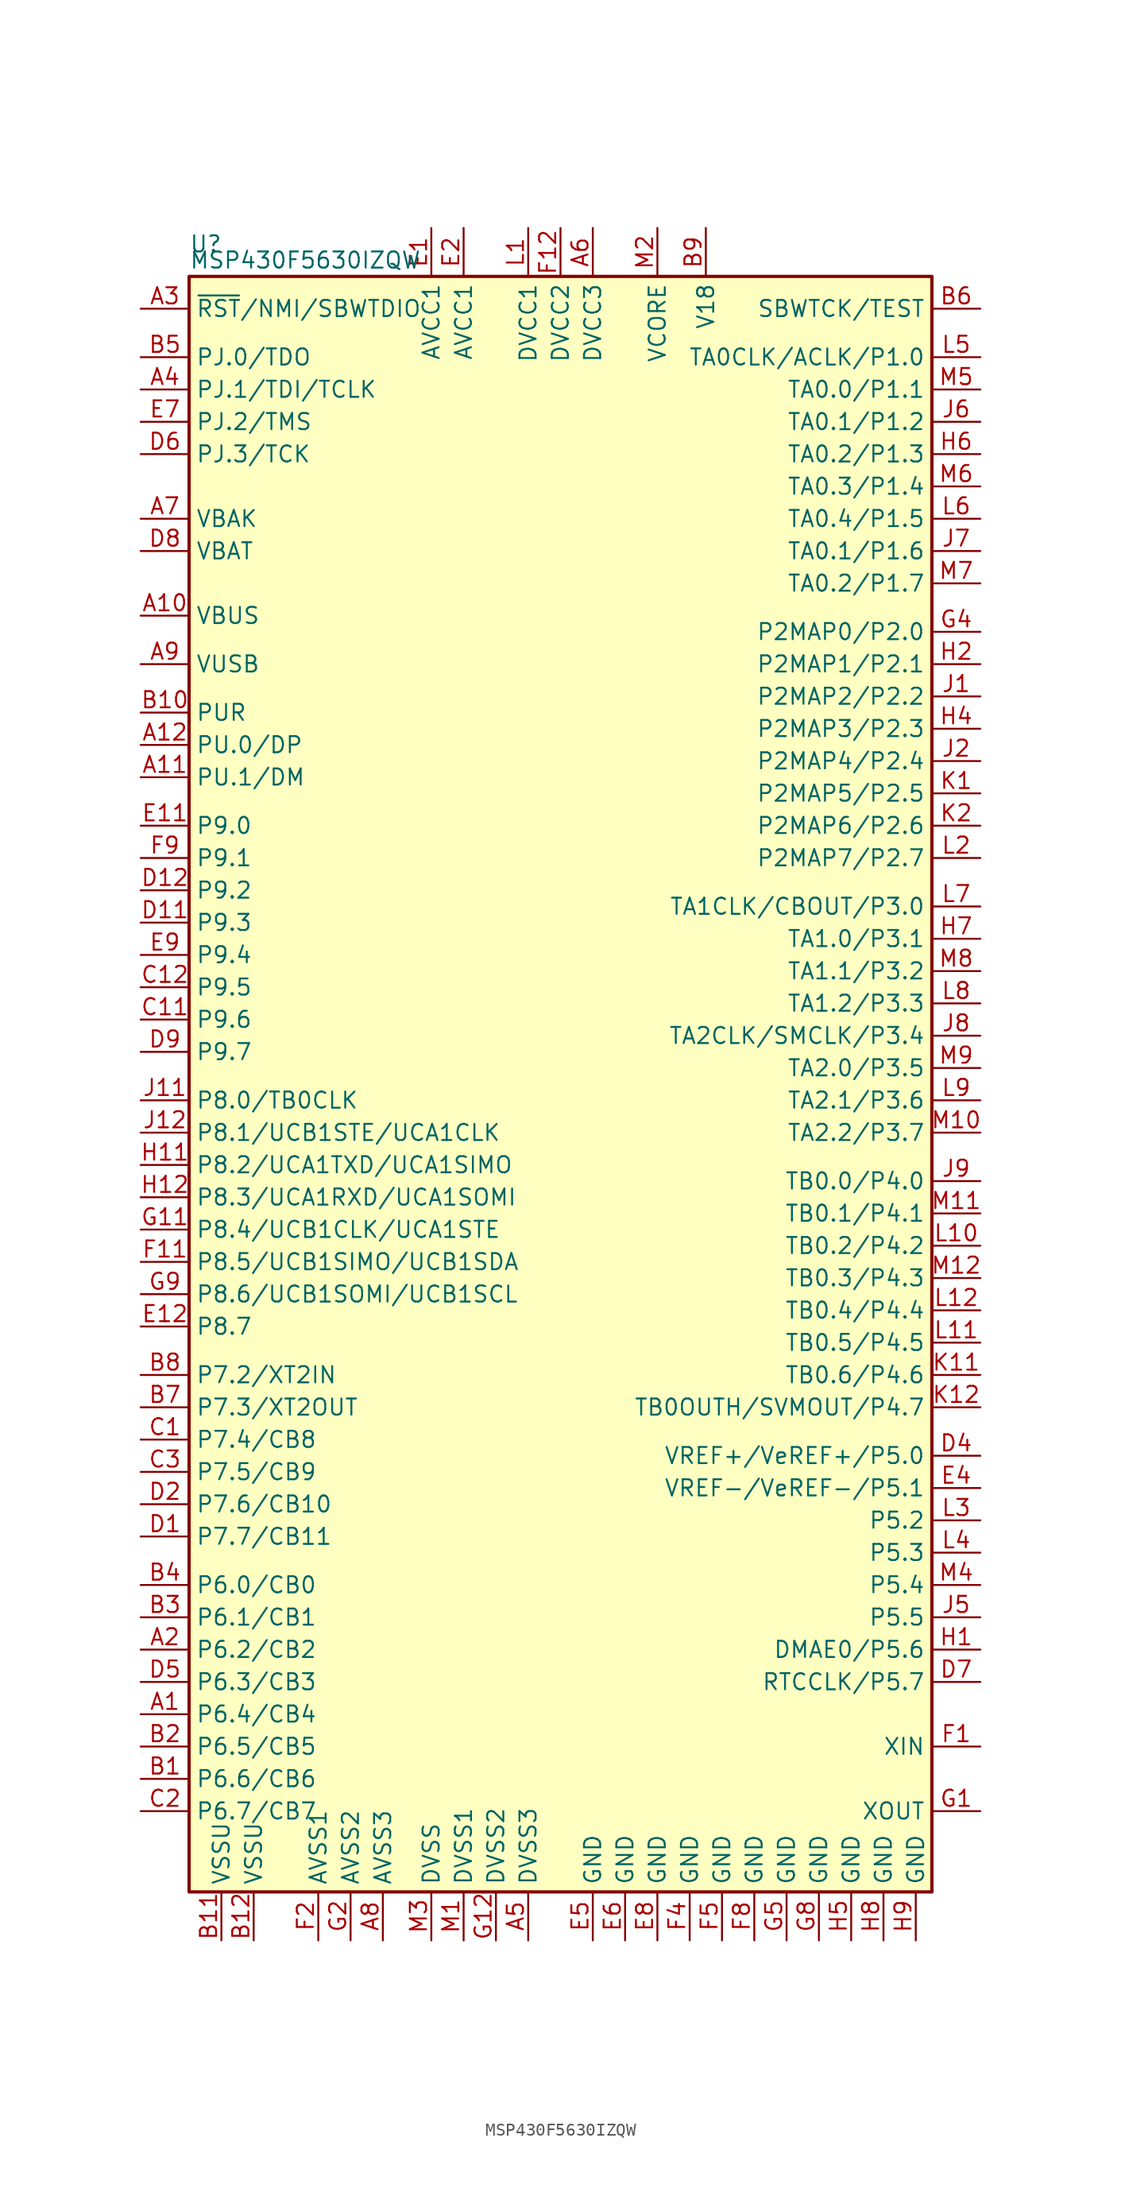
<source format=kicad_sym>
(kicad_symbol_lib
  (version 20211014)
  (generator kicad_symbol_editor)
  (symbol "MSP430F5630IZQW"
    (property "Reference" "U"
      (at -29.21 66.04 0)
      (effects (font (size 1.27 1.27)) (justify left)))
    (property "Value" "MSP430F5630IZQW"
      (at -29.21 64.77 0)
      (effects (font (size 1.27 1.27)) (justify left)))
    (symbol "MSP430F5630IZQW_0_1"
      (rectangle (start -29.21 63.5) (end 29.21 -63.5) (stroke (width 0.254) (type default) (color 0 0 0 0)) (fill (type background))))
    (symbol "MSP430F5630IZQW_1_1"
      (pin bidirectional line (at -33.02 -49.53 0) (length 3.81) (name "P6.4/CB4" (effects (font (size 1.27 1.27)))) (number "A1" (effects (font (size 1.27 1.27)))))
      (pin bidirectional line (at -33.02 36.83 0) (length 3.81) (name "VBUS" (effects (font (size 1.27 1.27)))) (number "A10" (effects (font (size 1.27 1.27)))))
      (pin bidirectional line (at -33.02 24.13 0) (length 3.81) (name "PU.1/DM" (effects (font (size 1.27 1.27)))) (number "A11" (effects (font (size 1.27 1.27)))))
      (pin bidirectional line (at -33.02 26.67 0) (length 3.81) (name "PU.0/DP" (effects (font (size 1.27 1.27)))) (number "A12" (effects (font (size 1.27 1.27)))))
      (pin bidirectional line (at -33.02 -44.45 0) (length 3.81) (name "P6.2/CB2" (effects (font (size 1.27 1.27)))) (number "A2" (effects (font (size 1.27 1.27)))))
      (pin input line (at -33.02 60.96 0) (length 3.81) (name "~{RST}/NMI/SBWTDIO" (effects (font (size 1.27 1.27)))) (number "A3" (effects (font (size 1.27 1.27)))))
      (pin bidirectional line (at -33.02 54.61 0) (length 3.81) (name "PJ.1/TDI/TCLK" (effects (font (size 1.27 1.27)))) (number "A4" (effects (font (size 1.27 1.27)))))
      (pin power_in line (at -2.54 -67.31 90) (length 3.81) (name "DVSS3" (effects (font (size 1.27 1.27)))) (number "A5" (effects (font (size 1.27 1.27)))))
      (pin power_in line (at 2.54 67.31 270) (length 3.81) (name "DVCC3" (effects (font (size 1.27 1.27)))) (number "A6" (effects (font (size 1.27 1.27)))))
      (pin bidirectional line (at -33.02 44.45 0) (length 3.81) (name "VBAK" (effects (font (size 1.27 1.27)))) (number "A7" (effects (font (size 1.27 1.27)))))
      (pin power_in line (at -13.97 -67.31 90) (length 3.81) (name "AVSS3" (effects (font (size 1.27 1.27)))) (number "A8" (effects (font (size 1.27 1.27)))))
      (pin bidirectional line (at -33.02 33.02 0) (length 3.81) (name "VUSB" (effects (font (size 1.27 1.27)))) (number "A9" (effects (font (size 1.27 1.27)))))
      (pin bidirectional line (at -33.02 -54.61 0) (length 3.81) (name "P6.6/CB6" (effects (font (size 1.27 1.27)))) (number "B1" (effects (font (size 1.27 1.27)))))
      (pin bidirectional line (at -33.02 29.21 0) (length 3.81) (name "PUR" (effects (font (size 1.27 1.27)))) (number "B10" (effects (font (size 1.27 1.27)))))
      (pin power_in line (at -26.67 -67.31 90) (length 3.81) (name "VSSU" (effects (font (size 1.27 1.27)))) (number "B11" (effects (font (size 1.27 1.27)))))
      (pin power_in line (at -24.13 -67.31 90) (length 3.81) (name "VSSU" (effects (font (size 1.27 1.27)))) (number "B12" (effects (font (size 1.27 1.27)))))
      (pin bidirectional line (at -33.02 -52.07 0) (length 3.81) (name "P6.5/CB5" (effects (font (size 1.27 1.27)))) (number "B2" (effects (font (size 1.27 1.27)))))
      (pin bidirectional line (at -33.02 -41.91 0) (length 3.81) (name "P6.1/CB1" (effects (font (size 1.27 1.27)))) (number "B3" (effects (font (size 1.27 1.27)))))
      (pin bidirectional line (at -33.02 -39.37 0) (length 3.81) (name "P6.0/CB0" (effects (font (size 1.27 1.27)))) (number "B4" (effects (font (size 1.27 1.27)))))
      (pin bidirectional line (at -33.02 57.15 0) (length 3.81) (name "PJ.0/TDO" (effects (font (size 1.27 1.27)))) (number "B5" (effects (font (size 1.27 1.27)))))
      (pin input line (at 33.02 60.96 180) (length 3.81) (name "SBWTCK/TEST" (effects (font (size 1.27 1.27)))) (number "B6" (effects (font (size 1.27 1.27)))))
      (pin bidirectional line (at -33.02 -25.4 0) (length 3.81) (name "P7.3/XT2OUT" (effects (font (size 1.27 1.27)))) (number "B7" (effects (font (size 1.27 1.27)))))
      (pin bidirectional line (at -33.02 -22.86 0) (length 3.81) (name "P7.2/XT2IN" (effects (font (size 1.27 1.27)))) (number "B8" (effects (font (size 1.27 1.27)))))
      (pin passive line (at 11.43 67.31 270) (length 3.81) (name "V18" (effects (font (size 1.27 1.27)))) (number "B9" (effects (font (size 1.27 1.27)))))
      (pin bidirectional line (at -33.02 -27.94 0) (length 3.81) (name "P7.4/CB8" (effects (font (size 1.27 1.27)))) (number "C1" (effects (font (size 1.27 1.27)))))
      (pin bidirectional line (at -33.02 5.08 0) (length 3.81) (name "P9.6" (effects (font (size 1.27 1.27)))) (number "C11" (effects (font (size 1.27 1.27)))))
      (pin bidirectional line (at -33.02 7.62 0) (length 3.81) (name "P9.5" (effects (font (size 1.27 1.27)))) (number "C12" (effects (font (size 1.27 1.27)))))
      (pin bidirectional line (at -33.02 -57.15 0) (length 3.81) (name "P6.7/CB7" (effects (font (size 1.27 1.27)))) (number "C2" (effects (font (size 1.27 1.27)))))
      (pin bidirectional line (at -33.02 -30.48 0) (length 3.81) (name "P7.5/CB9" (effects (font (size 1.27 1.27)))) (number "C3" (effects (font (size 1.27 1.27)))))
      (pin bidirectional line (at -33.02 -35.56 0) (length 3.81) (name "P7.7/CB11" (effects (font (size 1.27 1.27)))) (number "D1" (effects (font (size 1.27 1.27)))))
      (pin bidirectional line (at -33.02 12.7 0) (length 3.81) (name "P9.3" (effects (font (size 1.27 1.27)))) (number "D11" (effects (font (size 1.27 1.27)))))
      (pin bidirectional line (at -33.02 15.24 0) (length 3.81) (name "P9.2" (effects (font (size 1.27 1.27)))) (number "D12" (effects (font (size 1.27 1.27)))))
      (pin bidirectional line (at -33.02 -33.02 0) (length 3.81) (name "P7.6/CB10" (effects (font (size 1.27 1.27)))) (number "D2" (effects (font (size 1.27 1.27)))))
      (pin bidirectional line (at 33.02 -29.21 180) (length 3.81) (name "VREF+/VeREF+/P5.0" (effects (font (size 1.27 1.27)))) (number "D4" (effects (font (size 1.27 1.27)))))
      (pin bidirectional line (at -33.02 -46.99 0) (length 3.81) (name "P6.3/CB3" (effects (font (size 1.27 1.27)))) (number "D5" (effects (font (size 1.27 1.27)))))
      (pin bidirectional line (at -33.02 49.53 0) (length 3.81) (name "PJ.3/TCK" (effects (font (size 1.27 1.27)))) (number "D6" (effects (font (size 1.27 1.27)))))
      (pin bidirectional line (at 33.02 -46.99 180) (length 3.81) (name "RTCCLK/P5.7" (effects (font (size 1.27 1.27)))) (number "D7" (effects (font (size 1.27 1.27)))))
      (pin bidirectional line (at -33.02 41.91 0) (length 3.81) (name "VBAT" (effects (font (size 1.27 1.27)))) (number "D8" (effects (font (size 1.27 1.27)))))
      (pin bidirectional line (at -33.02 2.54 0) (length 3.81) (name "P9.7" (effects (font (size 1.27 1.27)))) (number "D9" (effects (font (size 1.27 1.27)))))
      (pin power_in line (at -10.16 67.31 270) (length 3.81) (name "AVCC1" (effects (font (size 1.27 1.27)))) (number "E1" (effects (font (size 1.27 1.27)))))
      (pin bidirectional line (at -33.02 20.32 0) (length 3.81) (name "P9.0" (effects (font (size 1.27 1.27)))) (number "E11" (effects (font (size 1.27 1.27)))))
      (pin bidirectional line (at -33.02 -19.05 0) (length 3.81) (name "P8.7" (effects (font (size 1.27 1.27)))) (number "E12" (effects (font (size 1.27 1.27)))))
      (pin power_in line (at -7.62 67.31 270) (length 3.81) (name "AVCC1" (effects (font (size 1.27 1.27)))) (number "E2" (effects (font (size 1.27 1.27)))))
      (pin bidirectional line (at 33.02 -31.75 180) (length 3.81) (name "VREF-/VeREF-/P5.1" (effects (font (size 1.27 1.27)))) (number "E4" (effects (font (size 1.27 1.27)))))
      (pin power_in line (at 2.54 -67.31 90) (length 3.81) (name "GND" (effects (font (size 1.27 1.27)))) (number "E5" (effects (font (size 1.27 1.27)))))
      (pin power_in line (at 5.08 -67.31 90) (length 3.81) (name "GND" (effects (font (size 1.27 1.27)))) (number "E6" (effects (font (size 1.27 1.27)))))
      (pin bidirectional line (at -33.02 52.07 0) (length 3.81) (name "PJ.2/TMS" (effects (font (size 1.27 1.27)))) (number "E7" (effects (font (size 1.27 1.27)))))
      (pin power_in line (at 7.62 -67.31 90) (length 3.81) (name "GND" (effects (font (size 1.27 1.27)))) (number "E8" (effects (font (size 1.27 1.27)))))
      (pin bidirectional line (at -33.02 10.16 0) (length 3.81) (name "P9.4" (effects (font (size 1.27 1.27)))) (number "E9" (effects (font (size 1.27 1.27)))))
      (pin bidirectional line (at 33.02 -52.07 180) (length 3.81) (name "XIN" (effects (font (size 1.27 1.27)))) (number "F1" (effects (font (size 1.27 1.27)))))
      (pin bidirectional line (at -33.02 -13.97 0) (length 3.81) (name "P8.5/UCB1SIMO/UCB1SDA" (effects (font (size 1.27 1.27)))) (number "F11" (effects (font (size 1.27 1.27)))))
      (pin power_in line (at 0 67.31 270) (length 3.81) (name "DVCC2" (effects (font (size 1.27 1.27)))) (number "F12" (effects (font (size 1.27 1.27)))))
      (pin power_in line (at -19.05 -67.31 90) (length 3.81) (name "AVSS1" (effects (font (size 1.27 1.27)))) (number "F2" (effects (font (size 1.27 1.27)))))
      (pin power_in line (at 10.16 -67.31 90) (length 3.81) (name "GND" (effects (font (size 1.27 1.27)))) (number "F4" (effects (font (size 1.27 1.27)))))
      (pin power_in line (at 12.7 -67.31 90) (length 3.81) (name "GND" (effects (font (size 1.27 1.27)))) (number "F5" (effects (font (size 1.27 1.27)))))
      (pin power_in line (at 15.24 -67.31 90) (length 3.81) (name "GND" (effects (font (size 1.27 1.27)))) (number "F8" (effects (font (size 1.27 1.27)))))
      (pin bidirectional line (at -33.02 17.78 0) (length 3.81) (name "P9.1" (effects (font (size 1.27 1.27)))) (number "F9" (effects (font (size 1.27 1.27)))))
      (pin bidirectional line (at 33.02 -57.15 180) (length 3.81) (name "XOUT" (effects (font (size 1.27 1.27)))) (number "G1" (effects (font (size 1.27 1.27)))))
      (pin bidirectional line (at -33.02 -11.43 0) (length 3.81) (name "P8.4/UCB1CLK/UCA1STE" (effects (font (size 1.27 1.27)))) (number "G11" (effects (font (size 1.27 1.27)))))
      (pin power_in line (at -5.08 -67.31 90) (length 3.81) (name "DVSS2" (effects (font (size 1.27 1.27)))) (number "G12" (effects (font (size 1.27 1.27)))))
      (pin power_in line (at -16.51 -67.31 90) (length 3.81) (name "AVSS2" (effects (font (size 1.27 1.27)))) (number "G2" (effects (font (size 1.27 1.27)))))
      (pin bidirectional line (at 33.02 35.56 180) (length 3.81) (name "P2MAP0/P2.0" (effects (font (size 1.27 1.27)))) (number "G4" (effects (font (size 1.27 1.27)))))
      (pin power_in line (at 17.78 -67.31 90) (length 3.81) (name "GND" (effects (font (size 1.27 1.27)))) (number "G5" (effects (font (size 1.27 1.27)))))
      (pin power_in line (at 20.32 -67.31 90) (length 3.81) (name "GND" (effects (font (size 1.27 1.27)))) (number "G8" (effects (font (size 1.27 1.27)))))
      (pin bidirectional line (at -33.02 -16.51 0) (length 3.81) (name "P8.6/UCB1SOMI/UCB1SCL" (effects (font (size 1.27 1.27)))) (number "G9" (effects (font (size 1.27 1.27)))))
      (pin bidirectional line (at 33.02 -44.45 180) (length 3.81) (name "DMAE0/P5.6" (effects (font (size 1.27 1.27)))) (number "H1" (effects (font (size 1.27 1.27)))))
      (pin bidirectional line (at -33.02 -6.35 0) (length 3.81) (name "P8.2/UCA1TXD/UCA1SIMO" (effects (font (size 1.27 1.27)))) (number "H11" (effects (font (size 1.27 1.27)))))
      (pin bidirectional line (at -33.02 -8.89 0) (length 3.81) (name "P8.3/UCA1RXD/UCA1SOMI" (effects (font (size 1.27 1.27)))) (number "H12" (effects (font (size 1.27 1.27)))))
      (pin bidirectional line (at 33.02 33.02 180) (length 3.81) (name "P2MAP1/P2.1" (effects (font (size 1.27 1.27)))) (number "H2" (effects (font (size 1.27 1.27)))))
      (pin bidirectional line (at 33.02 27.94 180) (length 3.81) (name "P2MAP3/P2.3" (effects (font (size 1.27 1.27)))) (number "H4" (effects (font (size 1.27 1.27)))))
      (pin power_in line (at 22.86 -67.31 90) (length 3.81) (name "GND" (effects (font (size 1.27 1.27)))) (number "H5" (effects (font (size 1.27 1.27)))))
      (pin bidirectional line (at 33.02 49.53 180) (length 3.81) (name "TA0.2/P1.3" (effects (font (size 1.27 1.27)))) (number "H6" (effects (font (size 1.27 1.27)))))
      (pin bidirectional line (at 33.02 11.43 180) (length 3.81) (name "TA1.0/P3.1" (effects (font (size 1.27 1.27)))) (number "H7" (effects (font (size 1.27 1.27)))))
      (pin power_in line (at 25.4 -67.31 90) (length 3.81) (name "GND" (effects (font (size 1.27 1.27)))) (number "H8" (effects (font (size 1.27 1.27)))))
      (pin power_in line (at 27.94 -67.31 90) (length 3.81) (name "GND" (effects (font (size 1.27 1.27)))) (number "H9" (effects (font (size 1.27 1.27)))))
      (pin bidirectional line (at 33.02 30.48 180) (length 3.81) (name "P2MAP2/P2.2" (effects (font (size 1.27 1.27)))) (number "J1" (effects (font (size 1.27 1.27)))))
      (pin bidirectional line (at -33.02 -1.27 0) (length 3.81) (name "P8.0/TB0CLK" (effects (font (size 1.27 1.27)))) (number "J11" (effects (font (size 1.27 1.27)))))
      (pin bidirectional line (at -33.02 -3.81 0) (length 3.81) (name "P8.1/UCB1STE/UCA1CLK" (effects (font (size 1.27 1.27)))) (number "J12" (effects (font (size 1.27 1.27)))))
      (pin bidirectional line (at 33.02 25.4 180) (length 3.81) (name "P2MAP4/P2.4" (effects (font (size 1.27 1.27)))) (number "J2" (effects (font (size 1.27 1.27)))))
      (pin bidirectional line (at 33.02 -41.91 180) (length 3.81) (name "P5.5" (effects (font (size 1.27 1.27)))) (number "J5" (effects (font (size 1.27 1.27)))))
      (pin bidirectional line (at 33.02 52.07 180) (length 3.81) (name "TA0.1/P1.2" (effects (font (size 1.27 1.27)))) (number "J6" (effects (font (size 1.27 1.27)))))
      (pin bidirectional line (at 33.02 41.91 180) (length 3.81) (name "TA0.1/P1.6" (effects (font (size 1.27 1.27)))) (number "J7" (effects (font (size 1.27 1.27)))))
      (pin bidirectional line (at 33.02 3.81 180) (length 3.81) (name "TA2CLK/SMCLK/P3.4" (effects (font (size 1.27 1.27)))) (number "J8" (effects (font (size 1.27 1.27)))))
      (pin bidirectional line (at 33.02 -7.62 180) (length 3.81) (name "TB0.0/P4.0" (effects (font (size 1.27 1.27)))) (number "J9" (effects (font (size 1.27 1.27)))))
      (pin bidirectional line (at 33.02 22.86 180) (length 3.81) (name "P2MAP5/P2.5" (effects (font (size 1.27 1.27)))) (number "K1" (effects (font (size 1.27 1.27)))))
      (pin bidirectional line (at 33.02 -22.86 180) (length 3.81) (name "TB0.6/P4.6" (effects (font (size 1.27 1.27)))) (number "K11" (effects (font (size 1.27 1.27)))))
      (pin bidirectional line (at 33.02 -25.4 180) (length 3.81) (name "TB0OUTH/SVMOUT/P4.7" (effects (font (size 1.27 1.27)))) (number "K12" (effects (font (size 1.27 1.27)))))
      (pin bidirectional line (at 33.02 20.32 180) (length 3.81) (name "P2MAP6/P2.6" (effects (font (size 1.27 1.27)))) (number "K2" (effects (font (size 1.27 1.27)))))
      (pin power_in line (at -2.54 67.31 270) (length 3.81) (name "DVCC1" (effects (font (size 1.27 1.27)))) (number "L1" (effects (font (size 1.27 1.27)))))
      (pin bidirectional line (at 33.02 -12.7 180) (length 3.81) (name "TB0.2/P4.2" (effects (font (size 1.27 1.27)))) (number "L10" (effects (font (size 1.27 1.27)))))
      (pin bidirectional line (at 33.02 -20.32 180) (length 3.81) (name "TB0.5/P4.5" (effects (font (size 1.27 1.27)))) (number "L11" (effects (font (size 1.27 1.27)))))
      (pin bidirectional line (at 33.02 -17.78 180) (length 3.81) (name "TB0.4/P4.4" (effects (font (size 1.27 1.27)))) (number "L12" (effects (font (size 1.27 1.27)))))
      (pin bidirectional line (at 33.02 17.78 180) (length 3.81) (name "P2MAP7/P2.7" (effects (font (size 1.27 1.27)))) (number "L2" (effects (font (size 1.27 1.27)))))
      (pin bidirectional line (at 33.02 -34.29 180) (length 3.81) (name "P5.2" (effects (font (size 1.27 1.27)))) (number "L3" (effects (font (size 1.27 1.27)))))
      (pin bidirectional line (at 33.02 -36.83 180) (length 3.81) (name "P5.3" (effects (font (size 1.27 1.27)))) (number "L4" (effects (font (size 1.27 1.27)))))
      (pin bidirectional line (at 33.02 57.15 180) (length 3.81) (name "TA0CLK/ACLK/P1.0" (effects (font (size 1.27 1.27)))) (number "L5" (effects (font (size 1.27 1.27)))))
      (pin bidirectional line (at 33.02 44.45 180) (length 3.81) (name "TA0.4/P1.5" (effects (font (size 1.27 1.27)))) (number "L6" (effects (font (size 1.27 1.27)))))
      (pin bidirectional line (at 33.02 13.97 180) (length 3.81) (name "TA1CLK/CBOUT/P3.0" (effects (font (size 1.27 1.27)))) (number "L7" (effects (font (size 1.27 1.27)))))
      (pin bidirectional line (at 33.02 6.35 180) (length 3.81) (name "TA1.2/P3.3" (effects (font (size 1.27 1.27)))) (number "L8" (effects (font (size 1.27 1.27)))))
      (pin bidirectional line (at 33.02 -1.27 180) (length 3.81) (name "TA2.1/P3.6" (effects (font (size 1.27 1.27)))) (number "L9" (effects (font (size 1.27 1.27)))))
      (pin power_in line (at -7.62 -67.31 90) (length 3.81) (name "DVSS1" (effects (font (size 1.27 1.27)))) (number "M1" (effects (font (size 1.27 1.27)))))
      (pin bidirectional line (at 33.02 -3.81 180) (length 3.81) (name "TA2.2/P3.7" (effects (font (size 1.27 1.27)))) (number "M10" (effects (font (size 1.27 1.27)))))
      (pin bidirectional line (at 33.02 -10.16 180) (length 3.81) (name "TB0.1/P4.1" (effects (font (size 1.27 1.27)))) (number "M11" (effects (font (size 1.27 1.27)))))
      (pin bidirectional line (at 33.02 -15.24 180) (length 3.81) (name "TB0.3/P4.3" (effects (font (size 1.27 1.27)))) (number "M12" (effects (font (size 1.27 1.27)))))
      (pin bidirectional line (at 7.62 67.31 270) (length 3.81) (name "VCORE" (effects (font (size 1.27 1.27)))) (number "M2" (effects (font (size 1.27 1.27)))))
      (pin power_in line (at -10.16 -67.31 90) (length 3.81) (name "DVSS" (effects (font (size 1.27 1.27)))) (number "M3" (effects (font (size 1.27 1.27)))))
      (pin bidirectional line (at 33.02 -39.37 180) (length 3.81) (name "P5.4" (effects (font (size 1.27 1.27)))) (number "M4" (effects (font (size 1.27 1.27)))))
      (pin bidirectional line (at 33.02 54.61 180) (length 3.81) (name "TA0.0/P1.1" (effects (font (size 1.27 1.27)))) (number "M5" (effects (font (size 1.27 1.27)))))
      (pin bidirectional line (at 33.02 46.99 180) (length 3.81) (name "TA0.3/P1.4" (effects (font (size 1.27 1.27)))) (number "M6" (effects (font (size 1.27 1.27)))))
      (pin bidirectional line (at 33.02 39.37 180) (length 3.81) (name "TA0.2/P1.7" (effects (font (size 1.27 1.27)))) (number "M7" (effects (font (size 1.27 1.27)))))
      (pin bidirectional line (at 33.02 8.89 180) (length 3.81) (name "TA1.1/P3.2" (effects (font (size 1.27 1.27)))) (number "M8" (effects (font (size 1.27 1.27)))))
      (pin bidirectional line (at 33.02 1.27 180) (length 3.81) (name "TA2.0/P3.5" (effects (font (size 1.27 1.27)))) (number "M9" (effects (font (size 1.27 1.27))))))))
</source>
